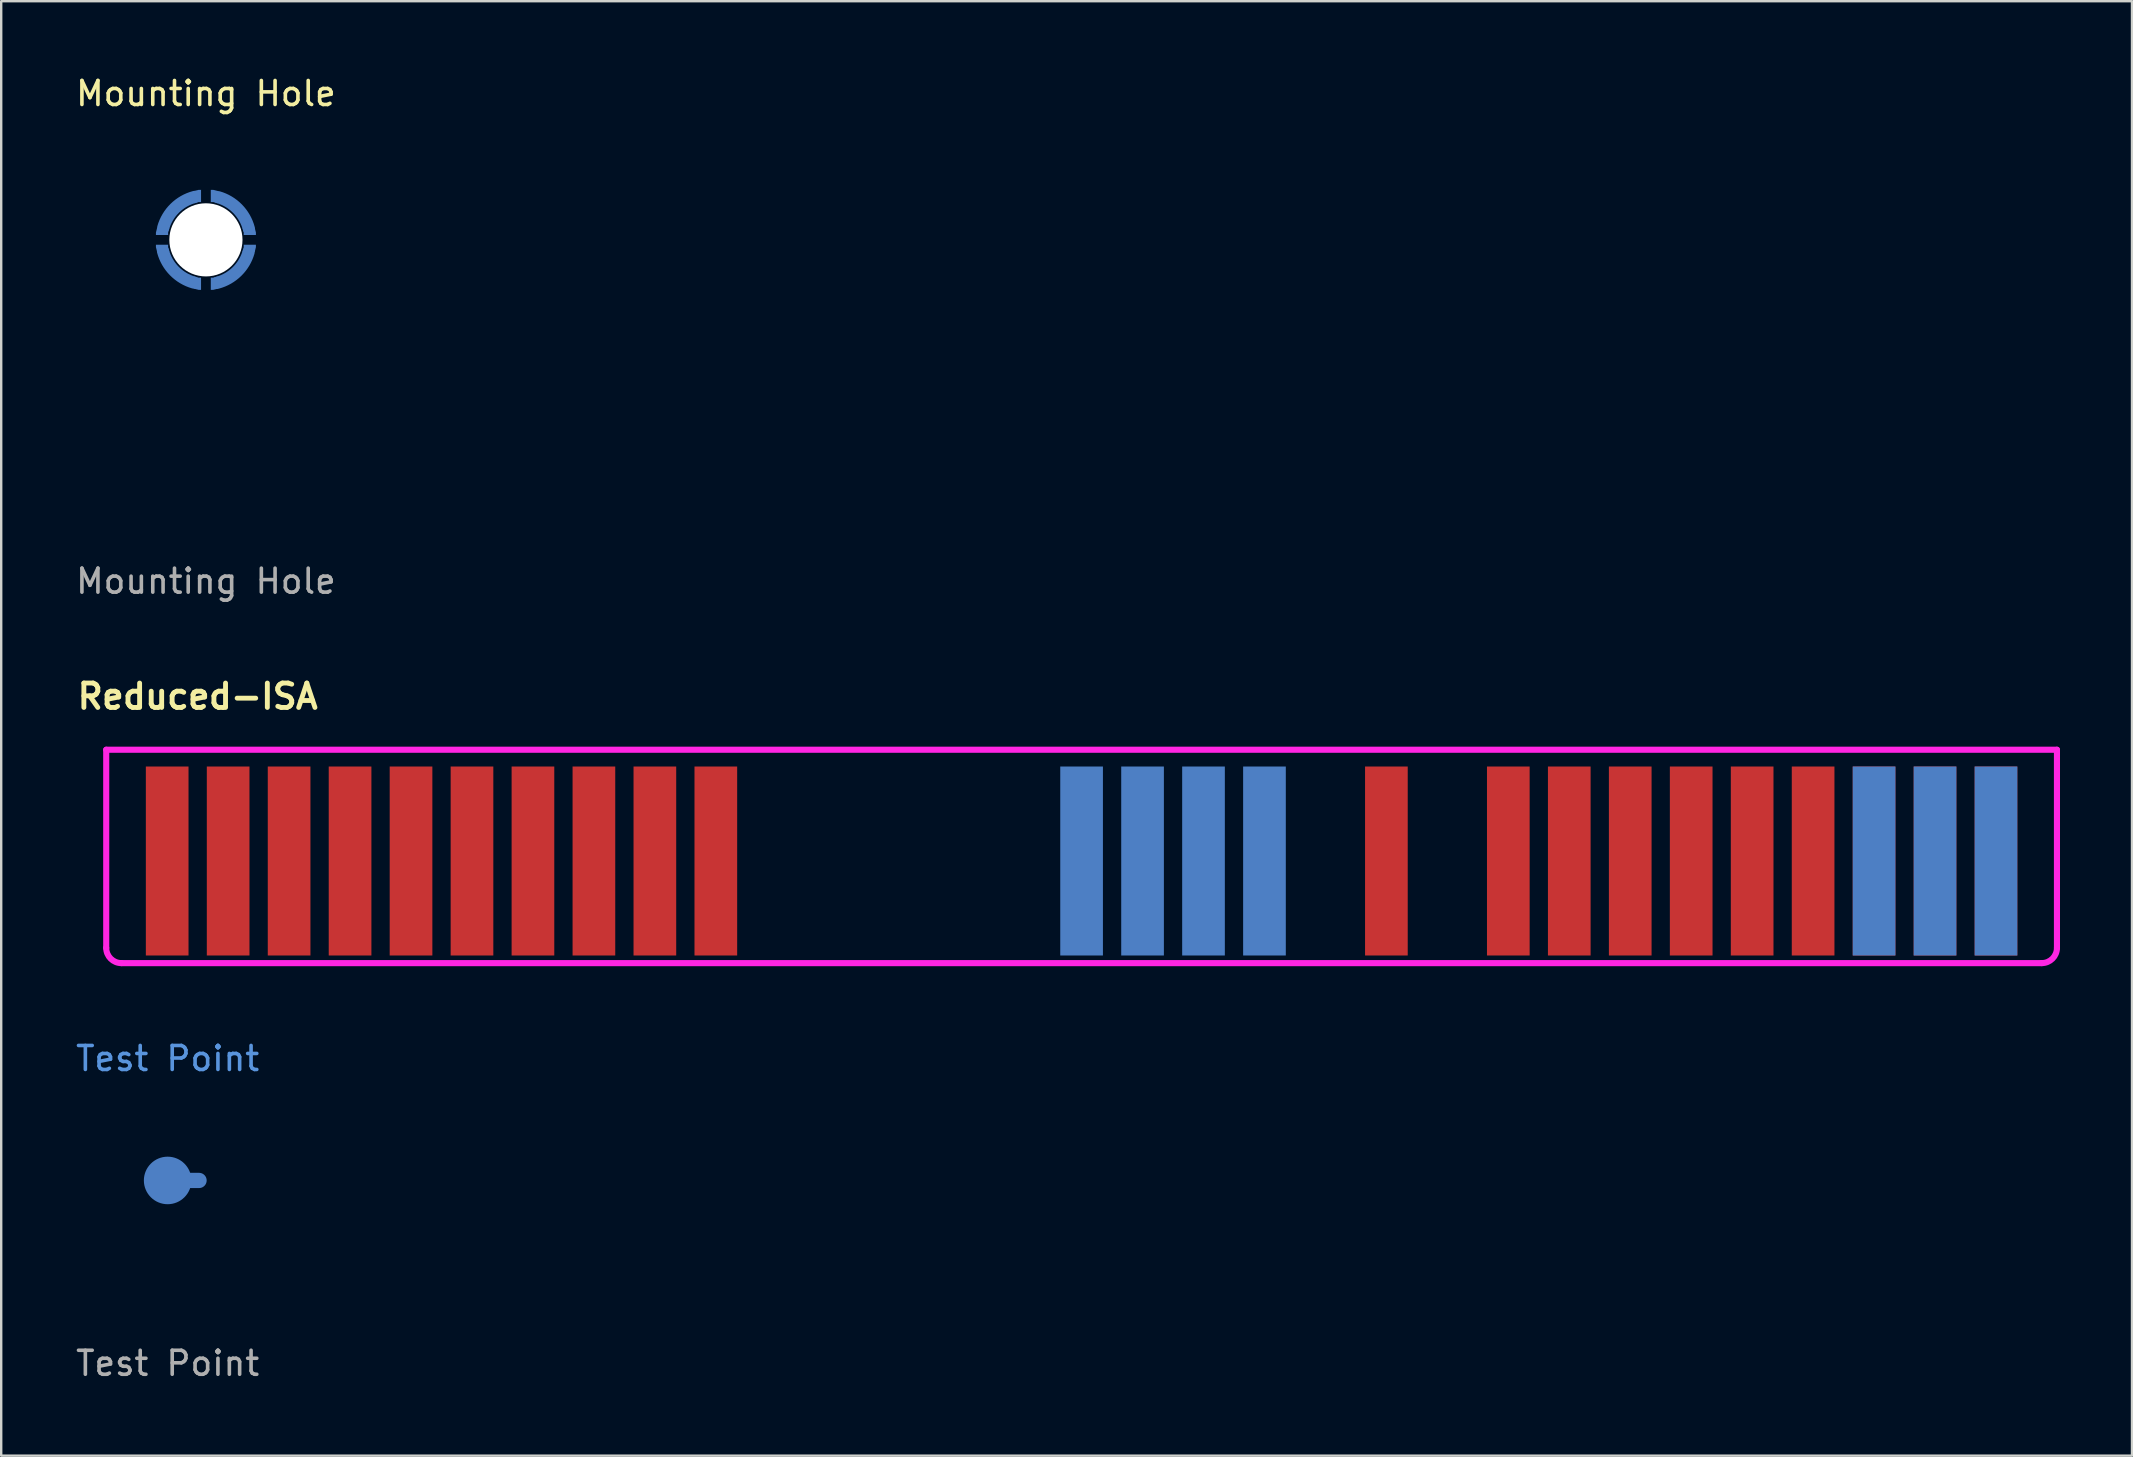
<source format=kicad_pcb>
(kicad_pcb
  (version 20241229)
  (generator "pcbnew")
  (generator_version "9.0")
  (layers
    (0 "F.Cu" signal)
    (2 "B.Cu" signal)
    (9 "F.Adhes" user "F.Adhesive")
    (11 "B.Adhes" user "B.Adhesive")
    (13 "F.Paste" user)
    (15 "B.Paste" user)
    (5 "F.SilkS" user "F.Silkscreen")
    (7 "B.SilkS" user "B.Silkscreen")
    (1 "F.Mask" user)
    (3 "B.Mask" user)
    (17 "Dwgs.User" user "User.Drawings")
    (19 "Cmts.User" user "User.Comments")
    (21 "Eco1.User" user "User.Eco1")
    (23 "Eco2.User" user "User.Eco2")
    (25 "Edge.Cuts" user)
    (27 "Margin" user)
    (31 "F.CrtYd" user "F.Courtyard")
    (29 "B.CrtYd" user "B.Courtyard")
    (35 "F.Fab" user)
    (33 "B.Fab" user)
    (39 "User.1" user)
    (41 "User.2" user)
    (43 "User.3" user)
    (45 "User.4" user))
  (footprint "Reduced-ISA"
    (layer "F.Cu")
    (at 42.016 32.952)
    (property "Reference" "Reduced-ISA" (at -36.83 -6.985 0) (layer "F.SilkS") (effects (font (size 1.016 1.016) (thickness 0.203))))
    (attr through_hole)
    (fp_line (start -40.64 3.493) (end -40.64 -4.763) (stroke (width 0.254) (type solid)) (layer "F.CrtYd"))
    (fp_line (start 40.005 4.128) (end -40.005 4.128) (stroke (width 0.254) (type solid)) (layer "F.CrtYd"))
    (fp_line (start 40.64 -4.763) (end -40.64 -4.763) (stroke (width 0.254) (type solid)) (layer "F.CrtYd"))
    (fp_line (start 40.64 3.493) (end 40.64 -4.763) (stroke (width 0.254) (type solid)) (layer "F.CrtYd"))
    (fp_arc (start -40.005 4.1275) (mid -40.454013 3.941513) (end -40.64 3.4925) (stroke (width 0.254) (type solid)) (layer "F.CrtYd"))
    (fp_arc (start 40.64 3.4925) (mid 40.454013 3.941513) (end 40.005 4.1275) (stroke (width 0.254) (type solid)) (layer "F.CrtYd"))
    (pad "1" connect rect (at 38.1 -0.127) (size 1.778 7.874) (layers "B.Cu"))
    (pad "2" connect rect (at 35.56 -0.127) (size 1.778 7.874) (layers "B.Cu"))
    (pad "3" connect rect (at 33.02 -0.127) (size 1.778 7.874) (layers "B.Cu"))
    (pad "13" connect rect (at 7.62 -0.127) (size 1.778 7.874) (layers "B.Cu"))
    (pad "14" connect rect (at 5.08 -0.127) (size 1.778 7.874) (layers "B.Cu"))
    (pad "15" connect rect (at 2.54 -0.127) (size 1.778 7.874) (layers "B.Cu"))
    (pad "16" connect rect (at 0 -0.127) (size 1.778 7.874) (layers "B.Cu"))
    (pad "32" connect rect (at 38.1 -0.127) (size 1.778 7.874) (layers "F.Cu"))
    (pad "33" connect rect (at 35.56 -0.127) (size 1.778 7.874) (layers "F.Cu"))
    (pad "34" connect rect (at 33.02 -0.127) (size 1.778 7.874) (layers "F.Cu"))
    (pad "35" connect rect (at 30.48 -0.127) (size 1.778 7.874) (layers "F.Cu"))
    (pad "36" connect rect (at 27.94 -0.127) (size 1.778 7.874) (layers "F.Cu"))
    (pad "37" connect rect (at 25.4 -0.127) (size 1.778 7.874) (layers "F.Cu"))
    (pad "38" connect rect (at 22.86 -0.127) (size 1.778 7.874) (layers "F.Cu"))
    (pad "39" connect rect (at 20.32 -0.127) (size 1.778 7.874) (layers "F.Cu"))
    (pad "40" connect rect (at 17.78 -0.127) (size 1.778 7.874) (layers "F.Cu"))
    (pad "42" connect rect (at 12.7 -0.127) (size 1.778 7.874) (layers "F.Cu"))
    (pad "53" connect rect (at -15.24 -0.127) (size 1.778 7.874) (layers "F.Cu"))
    (pad "54" connect rect (at -17.78 -0.127) (size 1.778 7.874) (layers "F.Cu"))
    (pad "55" connect rect (at -20.32 -0.127) (size 1.778 7.874) (layers "F.Cu"))
    (pad "56" connect rect (at -22.86 -0.127) (size 1.778 7.874) (layers "F.Cu"))
    (pad "57" connect rect (at -25.4 -0.127) (size 1.778 7.874) (layers "F.Cu"))
    (pad "58" connect rect (at -27.94 -0.127) (size 1.778 7.874) (layers "F.Cu"))
    (pad "59" connect rect (at -30.48 -0.127) (size 1.778 7.874) (layers "F.Cu"))
    (pad "60" connect rect (at -33.02 -0.127) (size 1.778 7.874) (layers "F.Cu"))
    (pad "61" connect rect (at -35.56 -0.127) (size 1.778 7.874) (layers "F.Cu"))
    (pad "62" connect rect (at -38.1 -0.127) (size 1.778 7.874) (layers "F.Cu")))
  (footprint "Test Point"
    (layer "F.Cu")
    (at 3.935 46.135)
    (property "Reference" "Test Point" (at 0 -5.08 0) (unlocked yes) (layer "Cmts.User") (effects (font (size 1 1) (thickness 0.15))))
    (attr through_hole)
    (fp_text user "${REFERENCE}" (at 0 7.62 0) (unlocked yes) (layer "F.Fab") (effects (font (size 1 1) (thickness 0.15))))
    (pad "1" smd circle (at 0 0 180) (size 1.981 1.981) (layers "B.Cu" "B.Mask"))
    (pad "1" smd oval (at 0.991 0 180) (size 1.27 0.635) (layers "B.Cu" "B.Mask")))
  (footprint "Mounting Hole"
    (layer "F.Cu")
    (at 5.53 6.944)
    (property "Reference" "Mounting Hole" (at 0 -6.096 0) (unlocked yes) (layer "F.SilkS") (effects (font (size 1 1) (thickness 0.15))))
    (attr through_hole)
    (fp_arc (start -1.777999 -0.508) (mid -1.295854 -1.318993) (end -0.476456 -1.78671) (stroke (width 0.508) (type solid)) (layer "B.Cu"))
    (fp_arc (start -0.508 1.777999) (mid -1.318993 1.295854) (end -1.78671 0.476456) (stroke (width 0.508) (type solid)) (layer "B.Cu"))
    (fp_arc (start 0.508 -1.777999) (mid 1.318993 -1.295854) (end 1.78671 -0.476456) (stroke (width 0.508) (type solid)) (layer "B.Cu"))
    (fp_arc (start 1.777999 0.508) (mid 1.295854 1.318993) (end 0.476456 1.78671) (stroke (width 0.508) (type solid)) (layer "B.Cu"))
    (fp_poly (pts (xy -2.032 -0.508) (xy -1.524 -0.508) (xy -1.575 -0.305) (xy -1.575 -0.203) (xy -2.083 -0.203) (xy -2.083 -0.305)) (stroke (width 0) (type solid)) (fill yes) (layer "B.Cu"))
    (fp_poly (pts (xy -2.032 0.508) (xy -1.524 0.508) (xy -1.575 0.305) (xy -1.575 0.203) (xy -2.083 0.203) (xy -2.083 0.305)) (stroke (width 0) (type solid)) (fill yes) (layer "B.Cu"))
    (fp_poly (pts (xy -0.508 -2.032) (xy -0.508 -1.524) (xy -0.305 -1.575) (xy -0.203 -1.575) (xy -0.203 -2.083) (xy -0.305 -2.083)) (stroke (width 0) (type solid)) (fill yes) (layer "B.Cu"))
    (fp_poly (pts (xy -0.508 2.032) (xy -0.508 1.524) (xy -0.305 1.575) (xy -0.203 1.575) (xy -0.203 2.083) (xy -0.305 2.083)) (stroke (width 0) (type solid)) (fill yes) (layer "B.Cu"))
    (fp_poly (pts (xy 0.508 -2.032) (xy 0.508 -1.524) (xy 0.305 -1.575) (xy 0.203 -1.575) (xy 0.203 -2.083) (xy 0.305 -2.083)) (stroke (width 0) (type solid)) (fill yes) (layer "B.Cu"))
    (fp_poly (pts (xy 0.508 2.032) (xy 0.508 1.524) (xy 0.305 1.575) (xy 0.203 1.575) (xy 0.203 2.083) (xy 0.305 2.083)) (stroke (width 0) (type solid)) (fill yes) (layer "B.Cu"))
    (fp_poly (pts (xy 2.032 -0.508) (xy 1.524 -0.508) (xy 1.575 -0.305) (xy 1.575 -0.203) (xy 2.083 -0.203) (xy 2.083 -0.305)) (stroke (width 0) (type solid)) (fill yes) (layer "B.Cu"))
    (fp_poly (pts (xy 2.032 0.508) (xy 1.524 0.508) (xy 1.575 0.305) (xy 1.575 0.203) (xy 2.083 0.203) (xy 2.083 0.305)) (stroke (width 0) (type solid)) (fill yes) (layer "B.Cu"))
    (fp_text user "${REFERENCE}" (at 0 14.224 0) (unlocked yes) (layer "F.Fab") (effects (font (size 1 1) (thickness 0.15))))
    (pad "" np_thru_hole circle (at 0 0) (size 3.048 3.048) (drill 3.048) (layers "*.Cu" "*.Mask")))
  (gr_rect
    (start -3 -3)
    (end 85.783 57.603)
    (stroke (width 0.1) (type default))
    (fill no)
    (layer "Edge.Cuts")))
</source>
